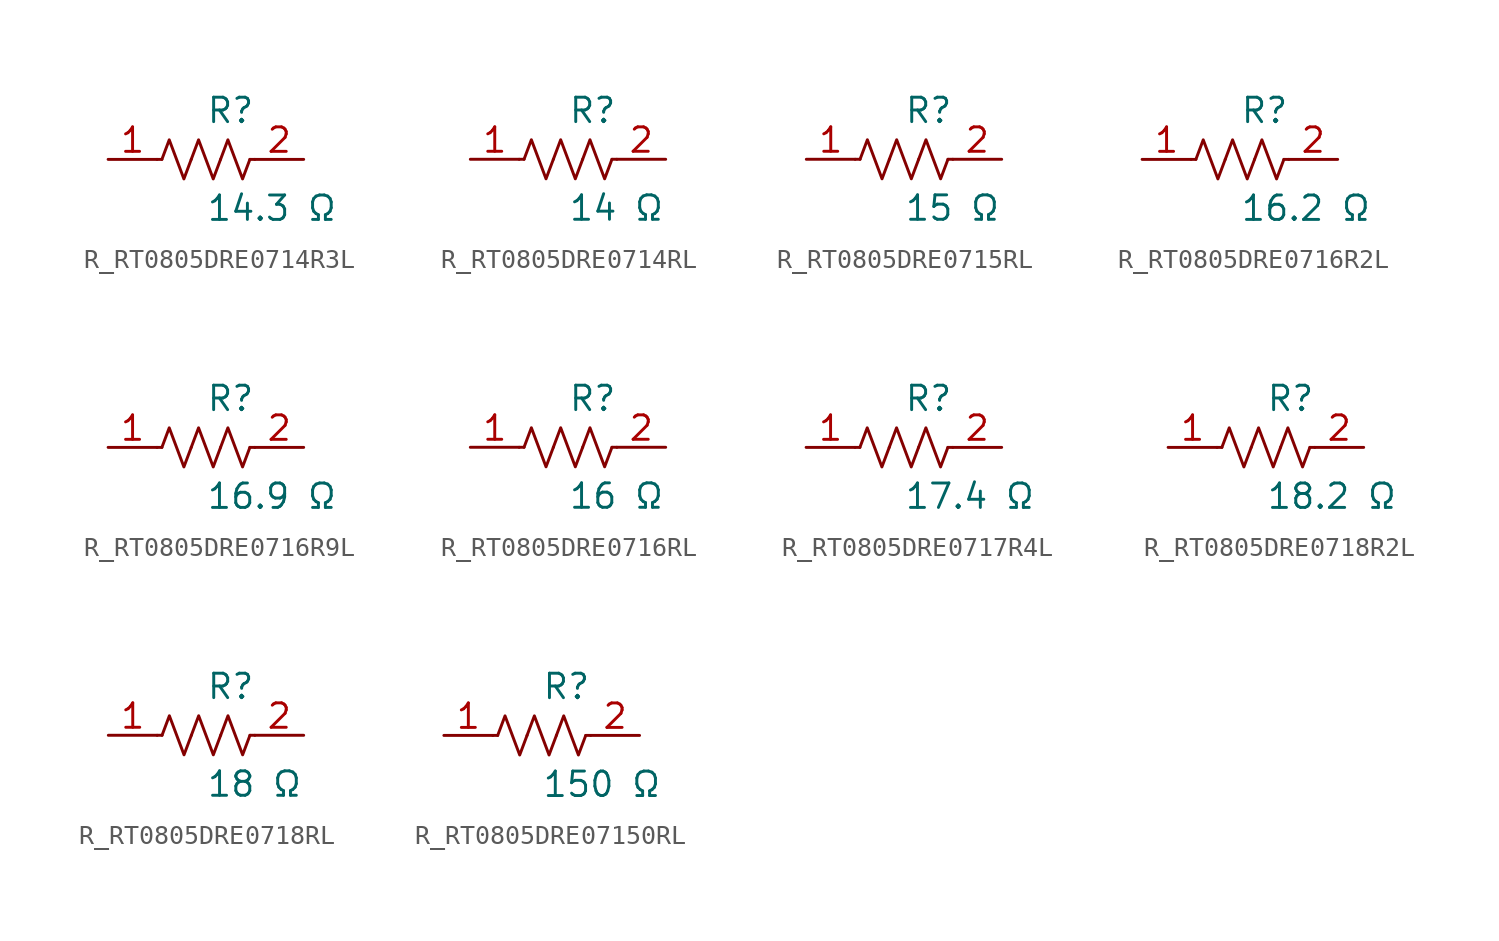
<source format=kicad_sym>
(kicad_symbol_lib
  (version 20231120)
  (generator kicad_symbol_editor)
  (generator_version 8.0)
  (symbol "R_RT0805DRE0714R3L"
    (pin_names
      (offset 0.254))
    (property "Reference" "R"
      (at 0.0 2.54 0)
      (effects (font (size 1.27 1.27)) (justify left)))
    (property "Value" "14.3 Ω"
      (at 0.0 -2.54 0)
      (effects (font (size 1.27 1.27)) (justify left)))
    (symbol "R_RT0805DRE0714R3L_0_1"
      (polyline (pts (xy 2.286 0) (xy 2.54 0)) (stroke (width 0) (type default)) (fill (type none)))
      (polyline (pts (xy -2.286 0) (xy -2.54 0)) (stroke (width 0) (type default)) (fill (type none)))
      (polyline (pts (xy 0.762 0) (xy 1.143 1.016) (xy 1.524 0) (xy 1.905 -1.016) (xy 2.286 0)) (stroke (width 0) (type default)) (fill (type none)))
      (polyline (pts (xy -0.762 0) (xy -0.381 1.016) (xy 0 0) (xy 0.381 -1.016) (xy 0.762 0)) (stroke (width 0) (type default)) (fill (type none)))
      (polyline (pts (xy -2.286 0) (xy -1.905 1.016) (xy -1.524 0) (xy -1.143 -1.016) (xy -0.762 0)) (stroke (width 0) (type default)) (fill (type none))))
    (pin unspecified line
      (at -5.08 0 0)
      (length 2.54)
      (name "" (effects (font (size 1.27 1.27))))
      (number "1" (effects (font (size 1.27 1.27)))))
    (pin unspecified line
      (at 5.08 0 180)
      (length 2.54)
      (name "" (effects (font (size 1.27 1.27))))
      (number "2" (effects (font (size 1.27 1.27))))))
  (symbol "R_RT0805DRE0714RL"
    (pin_names
      (offset 0.254))
    (property "Reference" "R"
      (at 0.0 2.54 0)
      (effects (font (size 1.27 1.27)) (justify left)))
    (property "Value" "14 Ω"
      (at 0.0 -2.54 0)
      (effects (font (size 1.27 1.27)) (justify left)))
    (symbol "R_RT0805DRE0714RL_0_1"
      (polyline (pts (xy 2.286 0) (xy 2.54 0)) (stroke (width 0) (type default)) (fill (type none)))
      (polyline (pts (xy -2.286 0) (xy -2.54 0)) (stroke (width 0) (type default)) (fill (type none)))
      (polyline (pts (xy 0.762 0) (xy 1.143 1.016) (xy 1.524 0) (xy 1.905 -1.016) (xy 2.286 0)) (stroke (width 0) (type default)) (fill (type none)))
      (polyline (pts (xy -0.762 0) (xy -0.381 1.016) (xy 0 0) (xy 0.381 -1.016) (xy 0.762 0)) (stroke (width 0) (type default)) (fill (type none)))
      (polyline (pts (xy -2.286 0) (xy -1.905 1.016) (xy -1.524 0) (xy -1.143 -1.016) (xy -0.762 0)) (stroke (width 0) (type default)) (fill (type none))))
    (pin unspecified line
      (at -5.08 0 0)
      (length 2.54)
      (name "" (effects (font (size 1.27 1.27))))
      (number "1" (effects (font (size 1.27 1.27)))))
    (pin unspecified line
      (at 5.08 0 180)
      (length 2.54)
      (name "" (effects (font (size 1.27 1.27))))
      (number "2" (effects (font (size 1.27 1.27))))))
  (symbol "R_RT0805DRE0715RL"
    (pin_names
      (offset 0.254))
    (property "Reference" "R"
      (at 0.0 2.54 0)
      (effects (font (size 1.27 1.27)) (justify left)))
    (property "Value" "15 Ω"
      (at 0.0 -2.54 0)
      (effects (font (size 1.27 1.27)) (justify left)))
    (symbol "R_RT0805DRE0715RL_0_1"
      (polyline (pts (xy 2.286 0) (xy 2.54 0)) (stroke (width 0) (type default)) (fill (type none)))
      (polyline (pts (xy -2.286 0) (xy -2.54 0)) (stroke (width 0) (type default)) (fill (type none)))
      (polyline (pts (xy 0.762 0) (xy 1.143 1.016) (xy 1.524 0) (xy 1.905 -1.016) (xy 2.286 0)) (stroke (width 0) (type default)) (fill (type none)))
      (polyline (pts (xy -0.762 0) (xy -0.381 1.016) (xy 0 0) (xy 0.381 -1.016) (xy 0.762 0)) (stroke (width 0) (type default)) (fill (type none)))
      (polyline (pts (xy -2.286 0) (xy -1.905 1.016) (xy -1.524 0) (xy -1.143 -1.016) (xy -0.762 0)) (stroke (width 0) (type default)) (fill (type none))))
    (pin unspecified line
      (at -5.08 0 0)
      (length 2.54)
      (name "" (effects (font (size 1.27 1.27))))
      (number "1" (effects (font (size 1.27 1.27)))))
    (pin unspecified line
      (at 5.08 0 180)
      (length 2.54)
      (name "" (effects (font (size 1.27 1.27))))
      (number "2" (effects (font (size 1.27 1.27))))))
  (symbol "R_RT0805DRE0716R2L"
    (pin_names
      (offset 0.254))
    (property "Reference" "R"
      (at 0.0 2.54 0)
      (effects (font (size 1.27 1.27)) (justify left)))
    (property "Value" "16.2 Ω"
      (at 0.0 -2.54 0)
      (effects (font (size 1.27 1.27)) (justify left)))
    (symbol "R_RT0805DRE0716R2L_0_1"
      (polyline (pts (xy 2.286 0) (xy 2.54 0)) (stroke (width 0) (type default)) (fill (type none)))
      (polyline (pts (xy -2.286 0) (xy -2.54 0)) (stroke (width 0) (type default)) (fill (type none)))
      (polyline (pts (xy 0.762 0) (xy 1.143 1.016) (xy 1.524 0) (xy 1.905 -1.016) (xy 2.286 0)) (stroke (width 0) (type default)) (fill (type none)))
      (polyline (pts (xy -0.762 0) (xy -0.381 1.016) (xy 0 0) (xy 0.381 -1.016) (xy 0.762 0)) (stroke (width 0) (type default)) (fill (type none)))
      (polyline (pts (xy -2.286 0) (xy -1.905 1.016) (xy -1.524 0) (xy -1.143 -1.016) (xy -0.762 0)) (stroke (width 0) (type default)) (fill (type none))))
    (pin unspecified line
      (at -5.08 0 0)
      (length 2.54)
      (name "" (effects (font (size 1.27 1.27))))
      (number "1" (effects (font (size 1.27 1.27)))))
    (pin unspecified line
      (at 5.08 0 180)
      (length 2.54)
      (name "" (effects (font (size 1.27 1.27))))
      (number "2" (effects (font (size 1.27 1.27))))))
  (symbol "R_RT0805DRE0716R9L"
    (pin_names
      (offset 0.254))
    (property "Reference" "R"
      (at 0.0 2.54 0)
      (effects (font (size 1.27 1.27)) (justify left)))
    (property "Value" "16.9 Ω"
      (at 0.0 -2.54 0)
      (effects (font (size 1.27 1.27)) (justify left)))
    (symbol "R_RT0805DRE0716R9L_0_1"
      (polyline (pts (xy 2.286 0) (xy 2.54 0)) (stroke (width 0) (type default)) (fill (type none)))
      (polyline (pts (xy -2.286 0) (xy -2.54 0)) (stroke (width 0) (type default)) (fill (type none)))
      (polyline (pts (xy 0.762 0) (xy 1.143 1.016) (xy 1.524 0) (xy 1.905 -1.016) (xy 2.286 0)) (stroke (width 0) (type default)) (fill (type none)))
      (polyline (pts (xy -0.762 0) (xy -0.381 1.016) (xy 0 0) (xy 0.381 -1.016) (xy 0.762 0)) (stroke (width 0) (type default)) (fill (type none)))
      (polyline (pts (xy -2.286 0) (xy -1.905 1.016) (xy -1.524 0) (xy -1.143 -1.016) (xy -0.762 0)) (stroke (width 0) (type default)) (fill (type none))))
    (pin unspecified line
      (at -5.08 0 0)
      (length 2.54)
      (name "" (effects (font (size 1.27 1.27))))
      (number "1" (effects (font (size 1.27 1.27)))))
    (pin unspecified line
      (at 5.08 0 180)
      (length 2.54)
      (name "" (effects (font (size 1.27 1.27))))
      (number "2" (effects (font (size 1.27 1.27))))))
  (symbol "R_RT0805DRE0716RL"
    (pin_names
      (offset 0.254))
    (property "Reference" "R"
      (at 0.0 2.54 0)
      (effects (font (size 1.27 1.27)) (justify left)))
    (property "Value" "16 Ω"
      (at 0.0 -2.54 0)
      (effects (font (size 1.27 1.27)) (justify left)))
    (symbol "R_RT0805DRE0716RL_0_1"
      (polyline (pts (xy 2.286 0) (xy 2.54 0)) (stroke (width 0) (type default)) (fill (type none)))
      (polyline (pts (xy -2.286 0) (xy -2.54 0)) (stroke (width 0) (type default)) (fill (type none)))
      (polyline (pts (xy 0.762 0) (xy 1.143 1.016) (xy 1.524 0) (xy 1.905 -1.016) (xy 2.286 0)) (stroke (width 0) (type default)) (fill (type none)))
      (polyline (pts (xy -0.762 0) (xy -0.381 1.016) (xy 0 0) (xy 0.381 -1.016) (xy 0.762 0)) (stroke (width 0) (type default)) (fill (type none)))
      (polyline (pts (xy -2.286 0) (xy -1.905 1.016) (xy -1.524 0) (xy -1.143 -1.016) (xy -0.762 0)) (stroke (width 0) (type default)) (fill (type none))))
    (pin unspecified line
      (at -5.08 0 0)
      (length 2.54)
      (name "" (effects (font (size 1.27 1.27))))
      (number "1" (effects (font (size 1.27 1.27)))))
    (pin unspecified line
      (at 5.08 0 180)
      (length 2.54)
      (name "" (effects (font (size 1.27 1.27))))
      (number "2" (effects (font (size 1.27 1.27))))))
  (symbol "R_RT0805DRE0717R4L"
    (pin_names
      (offset 0.254))
    (property "Reference" "R"
      (at 0.0 2.54 0)
      (effects (font (size 1.27 1.27)) (justify left)))
    (property "Value" "17.4 Ω"
      (at 0.0 -2.54 0)
      (effects (font (size 1.27 1.27)) (justify left)))
    (symbol "R_RT0805DRE0717R4L_0_1"
      (polyline (pts (xy 2.286 0) (xy 2.54 0)) (stroke (width 0) (type default)) (fill (type none)))
      (polyline (pts (xy -2.286 0) (xy -2.54 0)) (stroke (width 0) (type default)) (fill (type none)))
      (polyline (pts (xy 0.762 0) (xy 1.143 1.016) (xy 1.524 0) (xy 1.905 -1.016) (xy 2.286 0)) (stroke (width 0) (type default)) (fill (type none)))
      (polyline (pts (xy -0.762 0) (xy -0.381 1.016) (xy 0 0) (xy 0.381 -1.016) (xy 0.762 0)) (stroke (width 0) (type default)) (fill (type none)))
      (polyline (pts (xy -2.286 0) (xy -1.905 1.016) (xy -1.524 0) (xy -1.143 -1.016) (xy -0.762 0)) (stroke (width 0) (type default)) (fill (type none))))
    (pin unspecified line
      (at -5.08 0 0)
      (length 2.54)
      (name "" (effects (font (size 1.27 1.27))))
      (number "1" (effects (font (size 1.27 1.27)))))
    (pin unspecified line
      (at 5.08 0 180)
      (length 2.54)
      (name "" (effects (font (size 1.27 1.27))))
      (number "2" (effects (font (size 1.27 1.27))))))
  (symbol "R_RT0805DRE0718R2L"
    (pin_names
      (offset 0.254))
    (property "Reference" "R"
      (at 0.0 2.54 0)
      (effects (font (size 1.27 1.27)) (justify left)))
    (property "Value" "18.2 Ω"
      (at 0.0 -2.54 0)
      (effects (font (size 1.27 1.27)) (justify left)))
    (symbol "R_RT0805DRE0718R2L_0_1"
      (polyline (pts (xy 2.286 0) (xy 2.54 0)) (stroke (width 0) (type default)) (fill (type none)))
      (polyline (pts (xy -2.286 0) (xy -2.54 0)) (stroke (width 0) (type default)) (fill (type none)))
      (polyline (pts (xy 0.762 0) (xy 1.143 1.016) (xy 1.524 0) (xy 1.905 -1.016) (xy 2.286 0)) (stroke (width 0) (type default)) (fill (type none)))
      (polyline (pts (xy -0.762 0) (xy -0.381 1.016) (xy 0 0) (xy 0.381 -1.016) (xy 0.762 0)) (stroke (width 0) (type default)) (fill (type none)))
      (polyline (pts (xy -2.286 0) (xy -1.905 1.016) (xy -1.524 0) (xy -1.143 -1.016) (xy -0.762 0)) (stroke (width 0) (type default)) (fill (type none))))
    (pin unspecified line
      (at -5.08 0 0)
      (length 2.54)
      (name "" (effects (font (size 1.27 1.27))))
      (number "1" (effects (font (size 1.27 1.27)))))
    (pin unspecified line
      (at 5.08 0 180)
      (length 2.54)
      (name "" (effects (font (size 1.27 1.27))))
      (number "2" (effects (font (size 1.27 1.27))))))
  (symbol "R_RT0805DRE0718RL"
    (pin_names
      (offset 0.254))
    (property "Reference" "R"
      (at 0.0 2.54 0)
      (effects (font (size 1.27 1.27)) (justify left)))
    (property "Value" "18 Ω"
      (at 0.0 -2.54 0)
      (effects (font (size 1.27 1.27)) (justify left)))
    (symbol "R_RT0805DRE0718RL_0_1"
      (polyline (pts (xy 2.286 0) (xy 2.54 0)) (stroke (width 0) (type default)) (fill (type none)))
      (polyline (pts (xy -2.286 0) (xy -2.54 0)) (stroke (width 0) (type default)) (fill (type none)))
      (polyline (pts (xy 0.762 0) (xy 1.143 1.016) (xy 1.524 0) (xy 1.905 -1.016) (xy 2.286 0)) (stroke (width 0) (type default)) (fill (type none)))
      (polyline (pts (xy -0.762 0) (xy -0.381 1.016) (xy 0 0) (xy 0.381 -1.016) (xy 0.762 0)) (stroke (width 0) (type default)) (fill (type none)))
      (polyline (pts (xy -2.286 0) (xy -1.905 1.016) (xy -1.524 0) (xy -1.143 -1.016) (xy -0.762 0)) (stroke (width 0) (type default)) (fill (type none))))
    (pin unspecified line
      (at -5.08 0 0)
      (length 2.54)
      (name "" (effects (font (size 1.27 1.27))))
      (number "1" (effects (font (size 1.27 1.27)))))
    (pin unspecified line
      (at 5.08 0 180)
      (length 2.54)
      (name "" (effects (font (size 1.27 1.27))))
      (number "2" (effects (font (size 1.27 1.27))))))
  (symbol "R_RT0805DRE07150RL"
    (pin_names
      (offset 0.254))
    (property "Reference" "R"
      (at 0.0 2.54 0)
      (effects (font (size 1.27 1.27)) (justify left)))
    (property "Value" "150 Ω"
      (at 0.0 -2.54 0)
      (effects (font (size 1.27 1.27)) (justify left)))
    (symbol "R_RT0805DRE07150RL_0_1"
      (polyline (pts (xy 2.286 0) (xy 2.54 0)) (stroke (width 0) (type default)) (fill (type none)))
      (polyline (pts (xy -2.286 0) (xy -2.54 0)) (stroke (width 0) (type default)) (fill (type none)))
      (polyline (pts (xy 0.762 0) (xy 1.143 1.016) (xy 1.524 0) (xy 1.905 -1.016) (xy 2.286 0)) (stroke (width 0) (type default)) (fill (type none)))
      (polyline (pts (xy -0.762 0) (xy -0.381 1.016) (xy 0 0) (xy 0.381 -1.016) (xy 0.762 0)) (stroke (width 0) (type default)) (fill (type none)))
      (polyline (pts (xy -2.286 0) (xy -1.905 1.016) (xy -1.524 0) (xy -1.143 -1.016) (xy -0.762 0)) (stroke (width 0) (type default)) (fill (type none))))
    (pin unspecified line
      (at -5.08 0 0)
      (length 2.54)
      (name "" (effects (font (size 1.27 1.27))))
      (number "1" (effects (font (size 1.27 1.27)))))
    (pin unspecified line
      (at 5.08 0 180)
      (length 2.54)
      (name "" (effects (font (size 1.27 1.27))))
      (number "2" (effects (font (size 1.27 1.27)))))))
</source>
